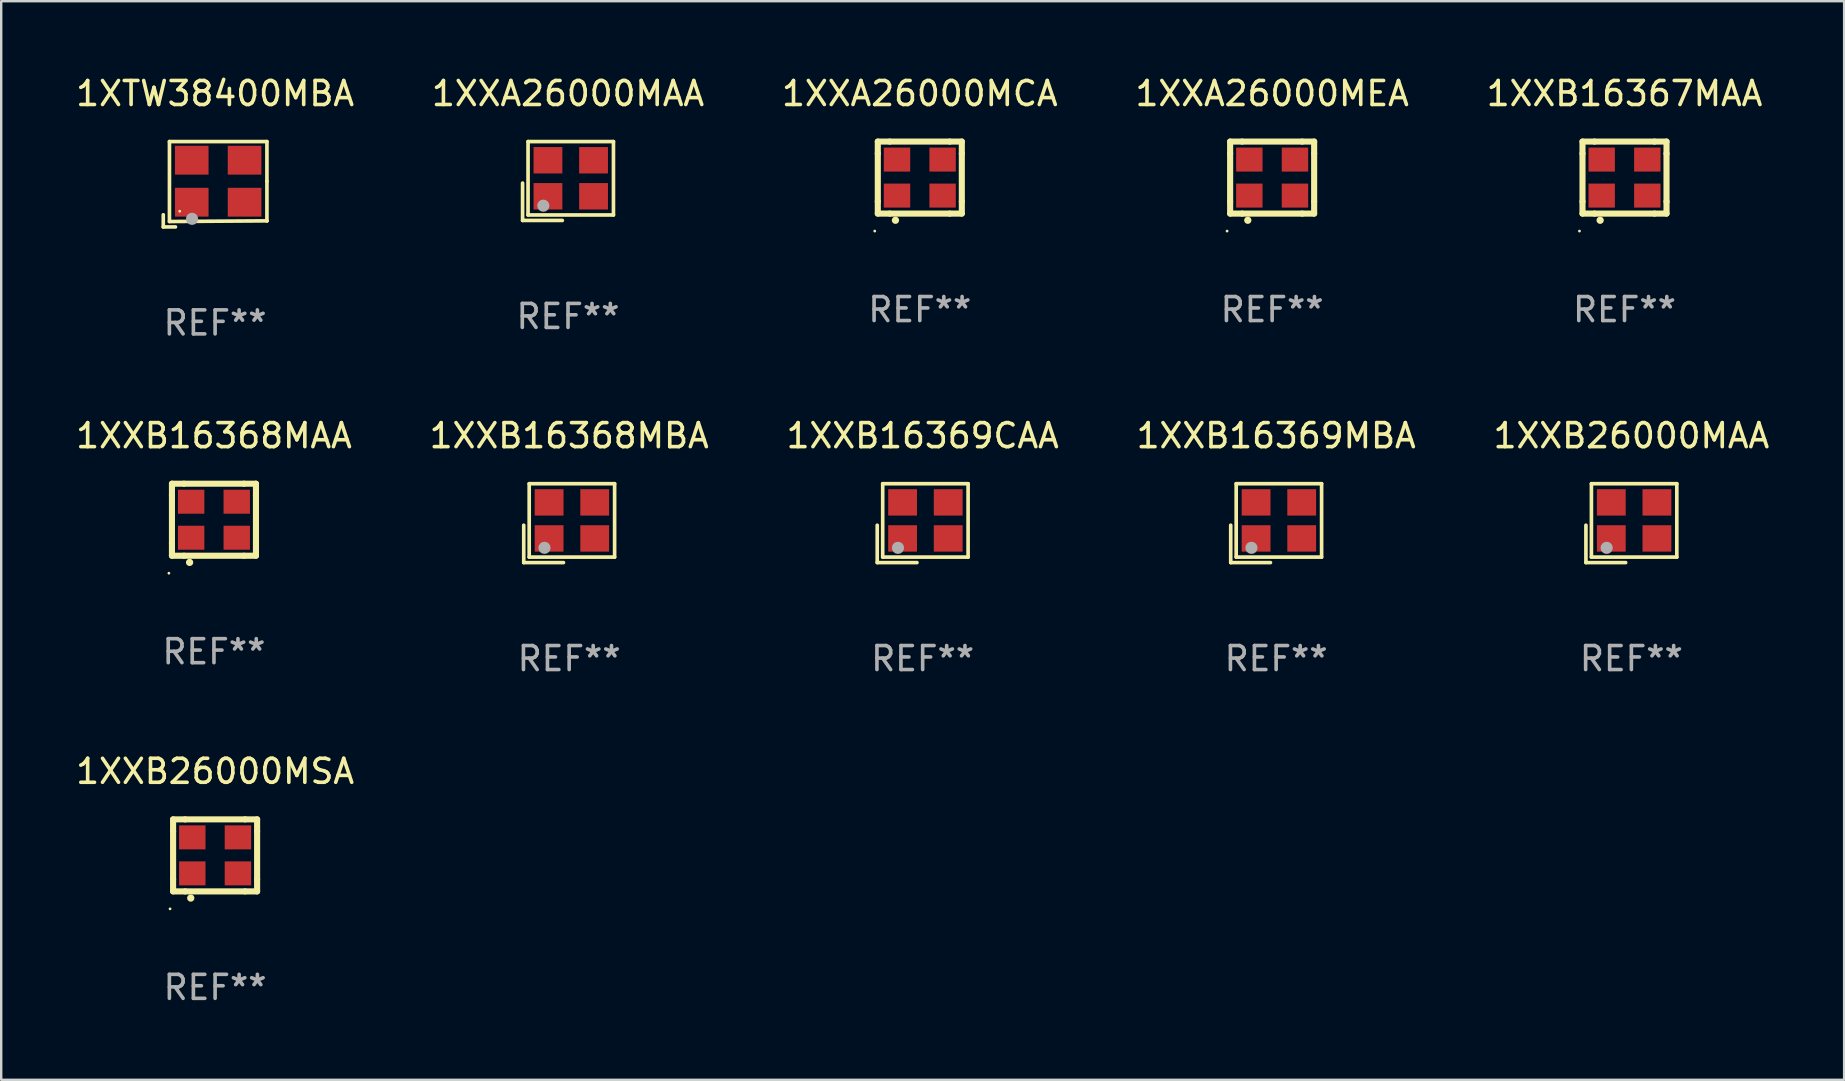
<source format=kicad_pcb>
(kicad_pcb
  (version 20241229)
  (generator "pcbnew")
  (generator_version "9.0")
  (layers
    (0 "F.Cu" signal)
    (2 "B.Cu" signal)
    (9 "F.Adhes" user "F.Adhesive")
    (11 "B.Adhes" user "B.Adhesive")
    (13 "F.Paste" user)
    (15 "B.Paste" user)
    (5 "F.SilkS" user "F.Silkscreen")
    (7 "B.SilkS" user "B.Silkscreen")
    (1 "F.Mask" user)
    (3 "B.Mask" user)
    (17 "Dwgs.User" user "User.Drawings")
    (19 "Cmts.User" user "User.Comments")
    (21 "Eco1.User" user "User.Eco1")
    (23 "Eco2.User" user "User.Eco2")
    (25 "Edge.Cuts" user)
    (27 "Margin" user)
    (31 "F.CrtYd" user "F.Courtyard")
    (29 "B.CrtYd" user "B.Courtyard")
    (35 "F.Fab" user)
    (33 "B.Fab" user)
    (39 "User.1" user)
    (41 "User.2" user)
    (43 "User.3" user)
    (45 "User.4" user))
  (footprint "1XXB16368MBA"
    (layer "F.Cu")
    (at 20.661 18.744)
    (property "Reference" "1XXB16368MBA" (at 0 -3.643 0) (layer "F.SilkS") (effects (font (size 1 1) (thickness 0.15))))
    (attr through_hole)
    (fp_line (start -1.893 0.086) (end -1.893 1.643) (stroke (width 0.152) (type solid)) (layer "F.SilkS"))
    (fp_line (start -1.893 1.643) (end -0.237 1.643) (stroke (width 0.152) (type solid)) (layer "F.SilkS"))
    (fp_line (start -1.665 -1.643) (end 1.893 -1.643) (stroke (width 0.152) (type solid)) (layer "F.SilkS"))
    (fp_line (start -1.665 1.414) (end -1.665 -1.643) (stroke (width 0.152) (type solid)) (layer "F.SilkS"))
    (fp_line (start 1.893 -1.643) (end 1.893 1.414) (stroke (width 0.152) (type solid)) (layer "F.SilkS"))
    (fp_line (start 1.893 1.414) (end -1.665 1.414) (stroke (width 0.152) (type solid)) (layer "F.SilkS"))
    (fp_circle (center -1.136 0.885) (end -1.106 0.885) (stroke (width 0.06) (type solid)) (fill no) (layer "F.SilkS"))
    (fp_circle (center -1.029 1.028) (end -0.902 1.028) (stroke (width 0.254) (type solid)) (fill no) (layer "F.Fab"))
    (fp_text user "REF**" (at 0 5.643 0) (layer "F.Fab") (effects (font (size 1 1) (thickness 0.15))))
    (pad "1" smd rect (at -0.836 0.636) (size 1.2 1.1) (layers "F.Cu" "F.Mask" "F.Paste"))
    (pad "2" smd rect (at 1.064 0.636) (size 1.2 1.1) (layers "F.Cu" "F.Mask" "F.Paste"))
    (pad "3" smd rect (at 1.064 -0.865) (size 1.2 1.1) (layers "F.Cu" "F.Mask" "F.Paste"))
    (pad "4" smd rect (at -0.836 -0.865) (size 1.2 1.1) (layers "F.Cu" "F.Mask" "F.Paste")))
  (footprint "1XXA26000MEA"
    (layer "F.Cu")
    (at 49.946 4.348)
    (property "Reference" "1XXA26000MEA" (at 0 -3.5 0) (layer "F.SilkS") (effects (font (size 1 1) (thickness 0.15))))
    (attr through_hole)
    (fp_line (start -1.75 -1.5) (end -1.25 -1.5) (stroke (width 0.254) (type solid)) (layer "F.SilkS"))
    (fp_line (start -1.75 -1) (end -1.75 -1.5) (stroke (width 0.254) (type solid)) (layer "F.SilkS"))
    (fp_line (start -1.75 -1) (end -1.75 1) (stroke (width 0.254) (type solid)) (layer "F.SilkS"))
    (fp_line (start -1.75 1) (end -1.75 1.5) (stroke (width 0.254) (type solid)) (layer "F.SilkS"))
    (fp_line (start -1.75 1.5) (end -1.25 1.5) (stroke (width 0.254) (type solid)) (layer "F.SilkS"))
    (fp_line (start -1.25 -1.5) (end 1.25 -1.5) (stroke (width 0.254) (type solid)) (layer "F.SilkS"))
    (fp_line (start -1.25 1.5) (end 1.25 1.5) (stroke (width 0.254) (type solid)) (layer "F.SilkS"))
    (fp_line (start 1.75 -1.5) (end 1.25 -1.5) (stroke (width 0.254) (type solid)) (layer "F.SilkS"))
    (fp_line (start 1.75 -1) (end 1.75 -1.5) (stroke (width 0.254) (type solid)) (layer "F.SilkS"))
    (fp_line (start 1.75 -1) (end 1.75 1) (stroke (width 0.254) (type solid)) (layer "F.SilkS"))
    (fp_line (start 1.75 1) (end 1.75 1.5) (stroke (width 0.254) (type solid)) (layer "F.SilkS"))
    (fp_line (start 1.75 1.5) (end 1.25 1.5) (stroke (width 0.254) (type solid)) (layer "F.SilkS"))
    (fp_arc (start -1.016002 1.778004) (mid -1.014732 1.777999) (end -1.013462 1.778004) (stroke (width 0.3) (type solid)) (layer "F.SilkS"))
    (fp_circle (center -1.877 2.228) (end -1.847 2.228) (stroke (width 0.06) (type solid)) (fill no) (layer "F.SilkS"))
    (fp_text user "REF**" (at 0 5.5 0) (layer "F.Fab") (effects (font (size 1 1) (thickness 0.15))))
    (pad "1" smd rect (at -0.95 0.75) (size 1.1 1) (layers "F.Cu" "F.Mask" "F.Paste"))
    (pad "2" smd rect (at 0.95 0.75) (size 1.1 1) (layers "F.Cu" "F.Mask" "F.Paste"))
    (pad "3" smd rect (at 0.95 -0.75) (size 1.1 1) (layers "F.Cu" "F.Mask" "F.Paste"))
    (pad "4" smd rect (at -0.95 -0.75) (size 1.1 1) (layers "F.Cu" "F.Mask" "F.Paste")))
  (footprint "1XXB16369MBA"
    (layer "F.Cu")
    (at 50.113 18.744)
    (property "Reference" "1XXB16369MBA" (at 0 -3.643 0) (layer "F.SilkS") (effects (font (size 1 1) (thickness 0.15))))
    (attr through_hole)
    (fp_line (start -1.893 0.086) (end -1.893 1.643) (stroke (width 0.152) (type solid)) (layer "F.SilkS"))
    (fp_line (start -1.893 1.643) (end -0.237 1.643) (stroke (width 0.152) (type solid)) (layer "F.SilkS"))
    (fp_line (start -1.665 -1.643) (end 1.893 -1.643) (stroke (width 0.152) (type solid)) (layer "F.SilkS"))
    (fp_line (start -1.665 1.414) (end -1.665 -1.643) (stroke (width 0.152) (type solid)) (layer "F.SilkS"))
    (fp_line (start 1.893 -1.643) (end 1.893 1.414) (stroke (width 0.152) (type solid)) (layer "F.SilkS"))
    (fp_line (start 1.893 1.414) (end -1.665 1.414) (stroke (width 0.152) (type solid)) (layer "F.SilkS"))
    (fp_circle (center -1.136 0.885) (end -1.106 0.885) (stroke (width 0.06) (type solid)) (fill no) (layer "F.SilkS"))
    (fp_circle (center -1.029 1.028) (end -0.902 1.028) (stroke (width 0.254) (type solid)) (fill no) (layer "F.Fab"))
    (fp_text user "REF**" (at 0 5.643 0) (layer "F.Fab") (effects (font (size 1 1) (thickness 0.15))))
    (pad "1" smd rect (at -0.836 0.636) (size 1.2 1.1) (layers "F.Cu" "F.Mask" "F.Paste"))
    (pad "2" smd rect (at 1.064 0.636) (size 1.2 1.1) (layers "F.Cu" "F.Mask" "F.Paste"))
    (pad "3" smd rect (at 1.064 -0.865) (size 1.2 1.1) (layers "F.Cu" "F.Mask" "F.Paste"))
    (pad "4" smd rect (at -0.836 -0.865) (size 1.2 1.1) (layers "F.Cu" "F.Mask" "F.Paste")))
  (footprint "1XXB16367MAA"
    (layer "F.Cu")
    (at 64.625 4.348)
    (property "Reference" "1XXB16367MAA" (at 0 -3.5 0) (layer "F.SilkS") (effects (font (size 1 1) (thickness 0.15))))
    (attr through_hole)
    (fp_line (start -1.75 -1.5) (end -1.25 -1.5) (stroke (width 0.254) (type solid)) (layer "F.SilkS"))
    (fp_line (start -1.75 -1) (end -1.75 -1.5) (stroke (width 0.254) (type solid)) (layer "F.SilkS"))
    (fp_line (start -1.75 -1) (end -1.75 1) (stroke (width 0.254) (type solid)) (layer "F.SilkS"))
    (fp_line (start -1.75 1) (end -1.75 1.5) (stroke (width 0.254) (type solid)) (layer "F.SilkS"))
    (fp_line (start -1.75 1.5) (end -1.25 1.5) (stroke (width 0.254) (type solid)) (layer "F.SilkS"))
    (fp_line (start -1.25 -1.5) (end 1.25 -1.5) (stroke (width 0.254) (type solid)) (layer "F.SilkS"))
    (fp_line (start -1.25 1.5) (end 1.25 1.5) (stroke (width 0.254) (type solid)) (layer "F.SilkS"))
    (fp_line (start 1.75 -1.5) (end 1.25 -1.5) (stroke (width 0.254) (type solid)) (layer "F.SilkS"))
    (fp_line (start 1.75 -1) (end 1.75 -1.5) (stroke (width 0.254) (type solid)) (layer "F.SilkS"))
    (fp_line (start 1.75 -1) (end 1.75 1) (stroke (width 0.254) (type solid)) (layer "F.SilkS"))
    (fp_line (start 1.75 1) (end 1.75 1.5) (stroke (width 0.254) (type solid)) (layer "F.SilkS"))
    (fp_line (start 1.75 1.5) (end 1.25 1.5) (stroke (width 0.254) (type solid)) (layer "F.SilkS"))
    (fp_arc (start -1.016002 1.778004) (mid -1.014732 1.777999) (end -1.013462 1.778004) (stroke (width 0.3) (type solid)) (layer "F.SilkS"))
    (fp_circle (center -1.877 2.228) (end -1.847 2.228) (stroke (width 0.06) (type solid)) (fill no) (layer "F.SilkS"))
    (fp_text user "REF**" (at 0 5.5 0) (layer "F.Fab") (effects (font (size 1 1) (thickness 0.15))))
    (pad "1" smd rect (at -0.95 0.75) (size 1.1 1) (layers "F.Cu" "F.Mask" "F.Paste"))
    (pad "2" smd rect (at 0.95 0.75) (size 1.1 1) (layers "F.Cu" "F.Mask" "F.Paste"))
    (pad "3" smd rect (at 0.95 -0.75) (size 1.1 1) (layers "F.Cu" "F.Mask" "F.Paste"))
    (pad "4" smd rect (at -0.95 -0.75) (size 1.1 1) (layers "F.Cu" "F.Mask" "F.Paste")))
  (footprint "1XXA26000MAA"
    (layer "F.Cu")
    (at 20.613 4.491)
    (property "Reference" "1XXA26000MAA" (at 0 -3.643 0) (layer "F.SilkS") (effects (font (size 1 1) (thickness 0.15))))
    (attr through_hole)
    (fp_line (start -1.893 0.086) (end -1.893 1.643) (stroke (width 0.152) (type solid)) (layer "F.SilkS"))
    (fp_line (start -1.893 1.643) (end -0.237 1.643) (stroke (width 0.152) (type solid)) (layer "F.SilkS"))
    (fp_line (start -1.665 -1.643) (end 1.893 -1.643) (stroke (width 0.152) (type solid)) (layer "F.SilkS"))
    (fp_line (start -1.665 1.414) (end -1.665 -1.643) (stroke (width 0.152) (type solid)) (layer "F.SilkS"))
    (fp_line (start 1.893 -1.643) (end 1.893 1.414) (stroke (width 0.152) (type solid)) (layer "F.SilkS"))
    (fp_line (start 1.893 1.414) (end -1.665 1.414) (stroke (width 0.152) (type solid)) (layer "F.SilkS"))
    (fp_circle (center -1.136 0.885) (end -1.106 0.885) (stroke (width 0.06) (type solid)) (fill no) (layer "F.SilkS"))
    (fp_circle (center -1.029 1.028) (end -0.902 1.028) (stroke (width 0.254) (type solid)) (fill no) (layer "F.Fab"))
    (fp_text user "REF**" (at 0 5.643 0) (layer "F.Fab") (effects (font (size 1 1) (thickness 0.15))))
    (pad "1" smd rect (at -0.836 0.636) (size 1.2 1.1) (layers "F.Cu" "F.Mask" "F.Paste"))
    (pad "2" smd rect (at 1.064 0.636) (size 1.2 1.1) (layers "F.Cu" "F.Mask" "F.Paste"))
    (pad "3" smd rect (at 1.064 -0.865) (size 1.2 1.1) (layers "F.Cu" "F.Mask" "F.Paste"))
    (pad "4" smd rect (at -0.836 -0.865) (size 1.2 1.1) (layers "F.Cu" "F.Mask" "F.Paste")))
  (footprint "1XXB26000MAA"
    (layer "F.Cu")
    (at 64.911 18.744)
    (property "Reference" "1XXB26000MAA" (at 0 -3.643 0) (layer "F.SilkS") (effects (font (size 1 1) (thickness 0.15))))
    (attr through_hole)
    (fp_line (start -1.893 0.086) (end -1.893 1.643) (stroke (width 0.152) (type solid)) (layer "F.SilkS"))
    (fp_line (start -1.893 1.643) (end -0.237 1.643) (stroke (width 0.152) (type solid)) (layer "F.SilkS"))
    (fp_line (start -1.665 -1.643) (end 1.893 -1.643) (stroke (width 0.152) (type solid)) (layer "F.SilkS"))
    (fp_line (start -1.665 1.414) (end -1.665 -1.643) (stroke (width 0.152) (type solid)) (layer "F.SilkS"))
    (fp_line (start 1.893 -1.643) (end 1.893 1.414) (stroke (width 0.152) (type solid)) (layer "F.SilkS"))
    (fp_line (start 1.893 1.414) (end -1.665 1.414) (stroke (width 0.152) (type solid)) (layer "F.SilkS"))
    (fp_circle (center -1.136 0.885) (end -1.106 0.885) (stroke (width 0.06) (type solid)) (fill no) (layer "F.SilkS"))
    (fp_circle (center -1.029 1.028) (end -0.902 1.028) (stroke (width 0.254) (type solid)) (fill no) (layer "F.Fab"))
    (fp_text user "REF**" (at 0 5.643 0) (layer "F.Fab") (effects (font (size 1 1) (thickness 0.15))))
    (pad "1" smd rect (at -0.836 0.636) (size 1.2 1.1) (layers "F.Cu" "F.Mask" "F.Paste"))
    (pad "2" smd rect (at 1.064 0.636) (size 1.2 1.1) (layers "F.Cu" "F.Mask" "F.Paste"))
    (pad "3" smd rect (at 1.064 -0.865) (size 1.2 1.1) (layers "F.Cu" "F.Mask" "F.Paste"))
    (pad "4" smd rect (at -0.836 -0.865) (size 1.2 1.1) (layers "F.Cu" "F.Mask" "F.Paste")))
  (footprint "1XXB16368MAA"
    (layer "F.Cu")
    (at 5.863 18.601)
    (property "Reference" "1XXB16368MAA" (at 0 -3.5 0) (layer "F.SilkS") (effects (font (size 1 1) (thickness 0.15))))
    (attr through_hole)
    (fp_line (start -1.75 -1.5) (end -1.25 -1.5) (stroke (width 0.254) (type solid)) (layer "F.SilkS"))
    (fp_line (start -1.75 -1) (end -1.75 -1.5) (stroke (width 0.254) (type solid)) (layer "F.SilkS"))
    (fp_line (start -1.75 -1) (end -1.75 1) (stroke (width 0.254) (type solid)) (layer "F.SilkS"))
    (fp_line (start -1.75 1) (end -1.75 1.5) (stroke (width 0.254) (type solid)) (layer "F.SilkS"))
    (fp_line (start -1.75 1.5) (end -1.25 1.5) (stroke (width 0.254) (type solid)) (layer "F.SilkS"))
    (fp_line (start -1.25 -1.5) (end 1.25 -1.5) (stroke (width 0.254) (type solid)) (layer "F.SilkS"))
    (fp_line (start -1.25 1.5) (end 1.25 1.5) (stroke (width 0.254) (type solid)) (layer "F.SilkS"))
    (fp_line (start 1.75 -1.5) (end 1.25 -1.5) (stroke (width 0.254) (type solid)) (layer "F.SilkS"))
    (fp_line (start 1.75 -1) (end 1.75 -1.5) (stroke (width 0.254) (type solid)) (layer "F.SilkS"))
    (fp_line (start 1.75 -1) (end 1.75 1) (stroke (width 0.254) (type solid)) (layer "F.SilkS"))
    (fp_line (start 1.75 1) (end 1.75 1.5) (stroke (width 0.254) (type solid)) (layer "F.SilkS"))
    (fp_line (start 1.75 1.5) (end 1.25 1.5) (stroke (width 0.254) (type solid)) (layer "F.SilkS"))
    (fp_arc (start -1.016002 1.778004) (mid -1.014732 1.777999) (end -1.013462 1.778004) (stroke (width 0.3) (type solid)) (layer "F.SilkS"))
    (fp_circle (center -1.877 2.228) (end -1.847 2.228) (stroke (width 0.06) (type solid)) (fill no) (layer "F.SilkS"))
    (fp_text user "REF**" (at 0 5.5 0) (layer "F.Fab") (effects (font (size 1 1) (thickness 0.15))))
    (pad "1" smd rect (at -0.95 0.75) (size 1.1 1) (layers "F.Cu" "F.Mask" "F.Paste"))
    (pad "2" smd rect (at 0.95 0.75) (size 1.1 1) (layers "F.Cu" "F.Mask" "F.Paste"))
    (pad "3" smd rect (at 0.95 -0.75) (size 1.1 1) (layers "F.Cu" "F.Mask" "F.Paste"))
    (pad "4" smd rect (at -0.95 -0.75) (size 1.1 1) (layers "F.Cu" "F.Mask" "F.Paste")))
  (footprint "1XTW38400MBA"
    (layer "F.Cu")
    (at 5.911 4.626)
    (property "Reference" "1XTW38400MBA" (at 0 -3.778 0) (layer "F.SilkS") (effects (font (size 1 1) (thickness 0.15))))
    (attr through_hole)
    (fp_line (start -2.159 1.27) (end -2.159 1.778) (stroke (width 0.152) (type solid)) (layer "F.SilkS"))
    (fp_line (start -2.159 1.778) (end -1.651 1.778) (stroke (width 0.152) (type solid)) (layer "F.SilkS"))
    (fp_line (start -1.902 -1.778) (end 2.159 -1.778) (stroke (width 0.152) (type solid)) (layer "F.SilkS"))
    (fp_line (start -1.902 1.552) (end -1.902 -1.778) (stroke (width 0.152) (type solid)) (layer "F.SilkS"))
    (fp_line (start 2.159 -1.778) (end 2.159 -0.127) (stroke (width 0.152) (type solid)) (layer "F.SilkS"))
    (fp_line (start 2.159 -0.127) (end 2.159 1.524) (stroke (width 0.152) (type solid)) (layer "F.SilkS"))
    (fp_line (start 2.159 1.524) (end -1.902 1.552) (stroke (width 0.152) (type solid)) (layer "F.SilkS"))
    (fp_line (start 2.159 1.524) (end 2.159 1.524) (stroke (width 0.152) (type solid)) (layer "F.SilkS"))
    (fp_circle (center -1.473 1.123) (end -1.443 1.123) (stroke (width 0.06) (type solid)) (fill no) (layer "F.SilkS"))
    (fp_circle (center -0.961 1.44) (end -0.834 1.44) (stroke (width 0.254) (type solid)) (fill no) (layer "F.Fab"))
    (fp_text user "REF**" (at 0 5.778 0) (layer "F.Fab") (effects (font (size 1 1) (thickness 0.15))))
    (pad "1" smd rect (at -0.973 0.748) (size 1.4 1.2) (layers "F.Cu" "F.Mask" "F.Paste"))
    (pad "2" smd rect (at 1.227 0.748) (size 1.4 1.2) (layers "F.Cu" "F.Mask" "F.Paste"))
    (pad "3" smd rect (at 1.227 -1.002) (size 1.4 1.2) (layers "F.Cu" "F.Mask" "F.Paste"))
    (pad "4" smd rect (at -0.973 -1.002) (size 1.4 1.2) (layers "F.Cu" "F.Mask" "F.Paste")))
  (footprint "1XXB26000MSA"
    (layer "F.Cu")
    (at 5.911 32.584)
    (property "Reference" "1XXB26000MSA" (at 0 -3.5 0) (layer "F.SilkS") (effects (font (size 1 1) (thickness 0.15))))
    (attr through_hole)
    (fp_line (start -1.75 -1.5) (end -1.25 -1.5) (stroke (width 0.254) (type solid)) (layer "F.SilkS"))
    (fp_line (start -1.75 -1) (end -1.75 -1.5) (stroke (width 0.254) (type solid)) (layer "F.SilkS"))
    (fp_line (start -1.75 -1) (end -1.75 1) (stroke (width 0.254) (type solid)) (layer "F.SilkS"))
    (fp_line (start -1.75 1) (end -1.75 1.5) (stroke (width 0.254) (type solid)) (layer "F.SilkS"))
    (fp_line (start -1.75 1.5) (end -1.25 1.5) (stroke (width 0.254) (type solid)) (layer "F.SilkS"))
    (fp_line (start -1.25 -1.5) (end 1.25 -1.5) (stroke (width 0.254) (type solid)) (layer "F.SilkS"))
    (fp_line (start -1.25 1.5) (end 1.25 1.5) (stroke (width 0.254) (type solid)) (layer "F.SilkS"))
    (fp_line (start 1.75 -1.5) (end 1.25 -1.5) (stroke (width 0.254) (type solid)) (layer "F.SilkS"))
    (fp_line (start 1.75 -1) (end 1.75 -1.5) (stroke (width 0.254) (type solid)) (layer "F.SilkS"))
    (fp_line (start 1.75 -1) (end 1.75 1) (stroke (width 0.254) (type solid)) (layer "F.SilkS"))
    (fp_line (start 1.75 1) (end 1.75 1.5) (stroke (width 0.254) (type solid)) (layer "F.SilkS"))
    (fp_line (start 1.75 1.5) (end 1.25 1.5) (stroke (width 0.254) (type solid)) (layer "F.SilkS"))
    (fp_arc (start -1.016002 1.778004) (mid -1.014732 1.777999) (end -1.013462 1.778004) (stroke (width 0.3) (type solid)) (layer "F.SilkS"))
    (fp_circle (center -1.877 2.228) (end -1.847 2.228) (stroke (width 0.06) (type solid)) (fill no) (layer "F.SilkS"))
    (fp_text user "REF**" (at 0 5.5 0) (layer "F.Fab") (effects (font (size 1 1) (thickness 0.15))))
    (pad "1" smd rect (at -0.95 0.75) (size 1.1 1) (layers "F.Cu" "F.Mask" "F.Paste"))
    (pad "2" smd rect (at 0.95 0.75) (size 1.1 1) (layers "F.Cu" "F.Mask" "F.Paste"))
    (pad "3" smd rect (at 0.95 -0.75) (size 1.1 1) (layers "F.Cu" "F.Mask" "F.Paste"))
    (pad "4" smd rect (at -0.95 -0.75) (size 1.1 1) (layers "F.Cu" "F.Mask" "F.Paste")))
  (footprint "1XXB16369CAA"
    (layer "F.Cu")
    (at 35.387 18.744)
    (property "Reference" "1XXB16369CAA" (at 0 -3.643 0) (layer "F.SilkS") (effects (font (size 1 1) (thickness 0.15))))
    (attr through_hole)
    (fp_line (start -1.893 0.086) (end -1.893 1.643) (stroke (width 0.152) (type solid)) (layer "F.SilkS"))
    (fp_line (start -1.893 1.643) (end -0.237 1.643) (stroke (width 0.152) (type solid)) (layer "F.SilkS"))
    (fp_line (start -1.665 -1.643) (end 1.893 -1.643) (stroke (width 0.152) (type solid)) (layer "F.SilkS"))
    (fp_line (start -1.665 1.414) (end -1.665 -1.643) (stroke (width 0.152) (type solid)) (layer "F.SilkS"))
    (fp_line (start 1.893 -1.643) (end 1.893 1.414) (stroke (width 0.152) (type solid)) (layer "F.SilkS"))
    (fp_line (start 1.893 1.414) (end -1.665 1.414) (stroke (width 0.152) (type solid)) (layer "F.SilkS"))
    (fp_circle (center -1.136 0.885) (end -1.106 0.885) (stroke (width 0.06) (type solid)) (fill no) (layer "F.SilkS"))
    (fp_circle (center -1.029 1.028) (end -0.902 1.028) (stroke (width 0.254) (type solid)) (fill no) (layer "F.Fab"))
    (fp_text user "REF**" (at 0 5.643 0) (layer "F.Fab") (effects (font (size 1 1) (thickness 0.15))))
    (pad "1" smd rect (at -0.836 0.636) (size 1.2 1.1) (layers "F.Cu" "F.Mask" "F.Paste"))
    (pad "2" smd rect (at 1.064 0.636) (size 1.2 1.1) (layers "F.Cu" "F.Mask" "F.Paste"))
    (pad "3" smd rect (at 1.064 -0.865) (size 1.2 1.1) (layers "F.Cu" "F.Mask" "F.Paste"))
    (pad "4" smd rect (at -0.836 -0.865) (size 1.2 1.1) (layers "F.Cu" "F.Mask" "F.Paste")))
  (footprint "1XXA26000MCA"
    (layer "F.Cu")
    (at 35.268 4.348)
    (property "Reference" "1XXA26000MCA" (at 0 -3.5 0) (layer "F.SilkS") (effects (font (size 1 1) (thickness 0.15))))
    (attr through_hole)
    (fp_line (start -1.75 -1.5) (end -1.25 -1.5) (stroke (width 0.254) (type solid)) (layer "F.SilkS"))
    (fp_line (start -1.75 -1) (end -1.75 -1.5) (stroke (width 0.254) (type solid)) (layer "F.SilkS"))
    (fp_line (start -1.75 -1) (end -1.75 1) (stroke (width 0.254) (type solid)) (layer "F.SilkS"))
    (fp_line (start -1.75 1) (end -1.75 1.5) (stroke (width 0.254) (type solid)) (layer "F.SilkS"))
    (fp_line (start -1.75 1.5) (end -1.25 1.5) (stroke (width 0.254) (type solid)) (layer "F.SilkS"))
    (fp_line (start -1.25 -1.5) (end 1.25 -1.5) (stroke (width 0.254) (type solid)) (layer "F.SilkS"))
    (fp_line (start -1.25 1.5) (end 1.25 1.5) (stroke (width 0.254) (type solid)) (layer "F.SilkS"))
    (fp_line (start 1.75 -1.5) (end 1.25 -1.5) (stroke (width 0.254) (type solid)) (layer "F.SilkS"))
    (fp_line (start 1.75 -1) (end 1.75 -1.5) (stroke (width 0.254) (type solid)) (layer "F.SilkS"))
    (fp_line (start 1.75 -1) (end 1.75 1) (stroke (width 0.254) (type solid)) (layer "F.SilkS"))
    (fp_line (start 1.75 1) (end 1.75 1.5) (stroke (width 0.254) (type solid)) (layer "F.SilkS"))
    (fp_line (start 1.75 1.5) (end 1.25 1.5) (stroke (width 0.254) (type solid)) (layer "F.SilkS"))
    (fp_arc (start -1.016002 1.778004) (mid -1.014732 1.777999) (end -1.013462 1.778004) (stroke (width 0.3) (type solid)) (layer "F.SilkS"))
    (fp_circle (center -1.877 2.228) (end -1.847 2.228) (stroke (width 0.06) (type solid)) (fill no) (layer "F.SilkS"))
    (fp_text user "REF**" (at 0 5.5 0) (layer "F.Fab") (effects (font (size 1 1) (thickness 0.15))))
    (pad "1" smd rect (at -0.95 0.75) (size 1.1 1) (layers "F.Cu" "F.Mask" "F.Paste"))
    (pad "2" smd rect (at 0.95 0.75) (size 1.1 1) (layers "F.Cu" "F.Mask" "F.Paste"))
    (pad "3" smd rect (at 0.95 -0.75) (size 1.1 1) (layers "F.Cu" "F.Mask" "F.Paste"))
    (pad "4" smd rect (at -0.95 -0.75) (size 1.1 1) (layers "F.Cu" "F.Mask" "F.Paste")))
  (gr_rect
    (start -3 -3)
    (end 73.774 41.932)
    (stroke (width 0.1) (type default))
    (fill no)
    (layer "Edge.Cuts")))
</source>
